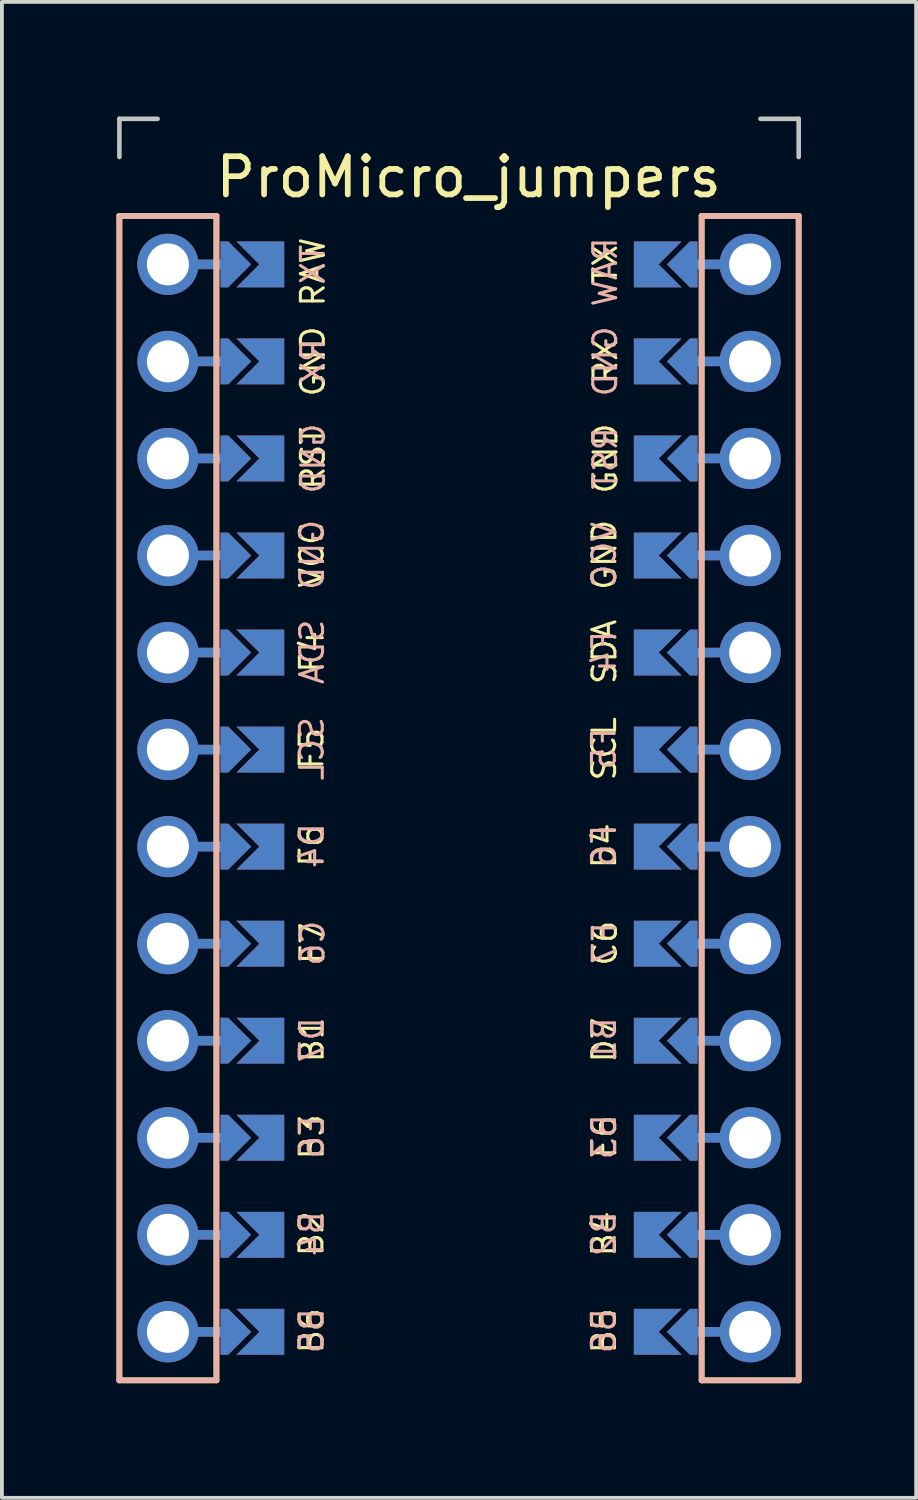
<source format=kicad_pcb>
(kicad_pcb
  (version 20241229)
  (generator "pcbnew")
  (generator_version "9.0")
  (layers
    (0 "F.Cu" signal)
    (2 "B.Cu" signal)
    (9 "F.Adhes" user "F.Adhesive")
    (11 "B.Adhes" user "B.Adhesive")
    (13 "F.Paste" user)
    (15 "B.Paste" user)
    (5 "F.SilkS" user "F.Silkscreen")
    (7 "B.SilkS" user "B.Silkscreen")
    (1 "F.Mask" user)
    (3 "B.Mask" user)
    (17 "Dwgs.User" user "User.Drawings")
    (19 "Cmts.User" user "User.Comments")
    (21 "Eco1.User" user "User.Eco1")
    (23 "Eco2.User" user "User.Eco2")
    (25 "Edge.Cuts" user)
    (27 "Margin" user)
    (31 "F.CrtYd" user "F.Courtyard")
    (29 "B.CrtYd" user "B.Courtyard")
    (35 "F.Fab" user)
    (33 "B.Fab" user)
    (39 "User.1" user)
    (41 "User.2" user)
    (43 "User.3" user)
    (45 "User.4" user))
  (footprint "ProMicro_jumpers"
    (layer "F.Cu")
    (at 8.965 17.84)
    (property "Reference" "ProMicro_jumpers" (at 0.254 -16.256 0) (layer "F.SilkS") (effects (font (size 1 1) (thickness 0.15))))
    (fp_poly (pts (xy -5.08 -14.478) (xy -5.08 -13.462) (xy -6.096 -13.462) (xy -6.096 -14.478)) (stroke (width 0.1) (type solid)) (fill yes) (layer "F.Mask"))
    (fp_poly (pts (xy -5.08 -11.938) (xy -5.08 -10.922) (xy -6.096 -10.922) (xy -6.096 -11.938)) (stroke (width 0.1) (type solid)) (fill yes) (layer "F.Mask"))
    (fp_poly (pts (xy -5.08 -9.398) (xy -5.08 -8.382) (xy -6.096 -8.382) (xy -6.096 -9.398)) (stroke (width 0.1) (type solid)) (fill yes) (layer "F.Mask"))
    (fp_poly (pts (xy -5.08 -6.858) (xy -5.08 -5.842) (xy -6.096 -5.842) (xy -6.096 -6.858)) (stroke (width 0.1) (type solid)) (fill yes) (layer "F.Mask"))
    (fp_poly (pts (xy -5.08 -4.318) (xy -5.08 -3.302) (xy -6.096 -3.302) (xy -6.096 -4.318)) (stroke (width 0.1) (type solid)) (fill yes) (layer "F.Mask"))
    (fp_poly (pts (xy -5.08 -1.778) (xy -5.08 -0.762) (xy -6.096 -0.762) (xy -6.096 -1.778)) (stroke (width 0.1) (type solid)) (fill yes) (layer "F.Mask"))
    (fp_poly (pts (xy -5.08 0.762) (xy -5.08 1.778) (xy -6.096 1.778) (xy -6.096 0.762)) (stroke (width 0.1) (type solid)) (fill yes) (layer "F.Mask"))
    (fp_poly (pts (xy -5.08 3.302) (xy -5.08 4.318) (xy -6.096 4.318) (xy -6.096 3.302)) (stroke (width 0.1) (type solid)) (fill yes) (layer "F.Mask"))
    (fp_poly (pts (xy -5.08 5.842) (xy -5.08 6.858) (xy -6.096 6.858) (xy -6.096 5.842)) (stroke (width 0.1) (type solid)) (fill yes) (layer "F.Mask"))
    (fp_poly (pts (xy -5.08 8.382) (xy -5.08 9.398) (xy -6.096 9.398) (xy -6.096 8.382)) (stroke (width 0.1) (type solid)) (fill yes) (layer "F.Mask"))
    (fp_poly (pts (xy -5.08 10.922) (xy -5.08 11.938) (xy -6.096 11.938) (xy -6.096 10.922)) (stroke (width 0.1) (type solid)) (fill yes) (layer "F.Mask"))
    (fp_poly (pts (xy -5.08 13.462) (xy -5.08 14.478) (xy -6.096 14.478) (xy -6.096 13.462)) (stroke (width 0.1) (type solid)) (fill yes) (layer "F.Mask"))
    (fp_poly (pts (xy 5.08 -13.462) (xy 5.08 -14.478) (xy 6.096 -14.478) (xy 6.096 -13.462)) (stroke (width 0.1) (type solid)) (fill yes) (layer "F.Mask"))
    (fp_poly (pts (xy 5.08 -10.922) (xy 5.08 -11.938) (xy 6.096 -11.938) (xy 6.096 -10.922)) (stroke (width 0.1) (type solid)) (fill yes) (layer "F.Mask"))
    (fp_poly (pts (xy 5.08 -8.382) (xy 5.08 -9.398) (xy 6.096 -9.398) (xy 6.096 -8.382)) (stroke (width 0.1) (type solid)) (fill yes) (layer "F.Mask"))
    (fp_poly (pts (xy 5.08 -5.842) (xy 5.08 -6.858) (xy 6.096 -6.858) (xy 6.096 -5.842)) (stroke (width 0.1) (type solid)) (fill yes) (layer "F.Mask"))
    (fp_poly (pts (xy 5.08 -3.302) (xy 5.08 -4.318) (xy 6.096 -4.318) (xy 6.096 -3.302)) (stroke (width 0.1) (type solid)) (fill yes) (layer "F.Mask"))
    (fp_poly (pts (xy 5.08 -0.762) (xy 5.08 -1.778) (xy 6.096 -1.778) (xy 6.096 -0.762)) (stroke (width 0.1) (type solid)) (fill yes) (layer "F.Mask"))
    (fp_poly (pts (xy 5.08 1.778) (xy 5.08 0.762) (xy 6.096 0.762) (xy 6.096 1.778)) (stroke (width 0.1) (type solid)) (fill yes) (layer "F.Mask"))
    (fp_poly (pts (xy 5.08 4.318) (xy 5.08 3.302) (xy 6.096 3.302) (xy 6.096 4.318)) (stroke (width 0.1) (type solid)) (fill yes) (layer "F.Mask"))
    (fp_poly (pts (xy 5.08 6.858) (xy 5.08 5.842) (xy 6.096 5.842) (xy 6.096 6.858)) (stroke (width 0.1) (type solid)) (fill yes) (layer "F.Mask"))
    (fp_poly (pts (xy 5.08 9.398) (xy 5.08 8.382) (xy 6.096 8.382) (xy 6.096 9.398)) (stroke (width 0.1) (type solid)) (fill yes) (layer "F.Mask"))
    (fp_poly (pts (xy 5.08 11.938) (xy 5.08 10.922) (xy 6.096 10.922) (xy 6.096 11.938)) (stroke (width 0.1) (type solid)) (fill yes) (layer "F.Mask"))
    (fp_poly (pts (xy 5.08 14.478) (xy 5.08 13.462) (xy 6.096 13.462) (xy 6.096 14.478)) (stroke (width 0.1) (type solid)) (fill yes) (layer "F.Mask"))
    (fp_poly (pts (xy -5.08 -14.478) (xy -5.08 -13.462) (xy -6.096 -13.462) (xy -6.096 -14.478)) (stroke (width 0.1) (type solid)) (fill yes) (layer "B.Mask"))
    (fp_poly (pts (xy -5.08 -11.938) (xy -5.08 -10.922) (xy -6.096 -10.922) (xy -6.096 -11.938)) (stroke (width 0.1) (type solid)) (fill yes) (layer "B.Mask"))
    (fp_poly (pts (xy -5.08 -9.398) (xy -5.08 -8.382) (xy -6.096 -8.382) (xy -6.096 -9.398)) (stroke (width 0.1) (type solid)) (fill yes) (layer "B.Mask"))
    (fp_poly (pts (xy -5.08 -6.858) (xy -5.08 -5.842) (xy -6.096 -5.842) (xy -6.096 -6.858)) (stroke (width 0.1) (type solid)) (fill yes) (layer "B.Mask"))
    (fp_poly (pts (xy -5.08 -4.318) (xy -5.08 -3.302) (xy -6.096 -3.302) (xy -6.096 -4.318)) (stroke (width 0.1) (type solid)) (fill yes) (layer "B.Mask"))
    (fp_poly (pts (xy -5.08 -1.778) (xy -5.08 -0.762) (xy -6.096 -0.762) (xy -6.096 -1.778)) (stroke (width 0.1) (type solid)) (fill yes) (layer "B.Mask"))
    (fp_poly (pts (xy -5.08 0.762) (xy -5.08 1.778) (xy -6.096 1.778) (xy -6.096 0.762)) (stroke (width 0.1) (type solid)) (fill yes) (layer "B.Mask"))
    (fp_poly (pts (xy -5.08 3.302) (xy -5.08 4.318) (xy -6.096 4.318) (xy -6.096 3.302)) (stroke (width 0.1) (type solid)) (fill yes) (layer "B.Mask"))
    (fp_poly (pts (xy -5.08 5.842) (xy -5.08 6.858) (xy -6.096 6.858) (xy -6.096 5.842)) (stroke (width 0.1) (type solid)) (fill yes) (layer "B.Mask"))
    (fp_poly (pts (xy -5.08 8.382) (xy -5.08 9.398) (xy -6.096 9.398) (xy -6.096 8.382)) (stroke (width 0.1) (type solid)) (fill yes) (layer "B.Mask"))
    (fp_poly (pts (xy -5.08 10.922) (xy -5.08 11.938) (xy -6.096 11.938) (xy -6.096 10.922)) (stroke (width 0.1) (type solid)) (fill yes) (layer "B.Mask"))
    (fp_poly (pts (xy -5.08 13.462) (xy -5.08 14.478) (xy -6.096 14.478) (xy -6.096 13.462)) (stroke (width 0.1) (type solid)) (fill yes) (layer "B.Mask"))
    (fp_poly (pts (xy 5.08 -13.462) (xy 5.08 -14.478) (xy 6.096 -14.478) (xy 6.096 -13.462)) (stroke (width 0.1) (type solid)) (fill yes) (layer "B.Mask"))
    (fp_poly (pts (xy 5.08 -10.922) (xy 5.08 -11.938) (xy 6.096 -11.938) (xy 6.096 -10.922)) (stroke (width 0.1) (type solid)) (fill yes) (layer "B.Mask"))
    (fp_poly (pts (xy 5.08 -8.382) (xy 5.08 -9.398) (xy 6.096 -9.398) (xy 6.096 -8.382)) (stroke (width 0.1) (type solid)) (fill yes) (layer "B.Mask"))
    (fp_poly (pts (xy 5.08 -5.842) (xy 5.08 -6.858) (xy 6.096 -6.858) (xy 6.096 -5.842)) (stroke (width 0.1) (type solid)) (fill yes) (layer "B.Mask"))
    (fp_poly (pts (xy 5.08 -3.302) (xy 5.08 -4.318) (xy 6.096 -4.318) (xy 6.096 -3.302)) (stroke (width 0.1) (type solid)) (fill yes) (layer "B.Mask"))
    (fp_poly (pts (xy 5.08 -0.762) (xy 5.08 -1.778) (xy 6.096 -1.778) (xy 6.096 -0.762)) (stroke (width 0.1) (type solid)) (fill yes) (layer "B.Mask"))
    (fp_poly (pts (xy 5.08 1.778) (xy 5.08 0.762) (xy 6.096 0.762) (xy 6.096 1.778)) (stroke (width 0.1) (type solid)) (fill yes) (layer "B.Mask"))
    (fp_poly (pts (xy 5.08 4.318) (xy 5.08 3.302) (xy 6.096 3.302) (xy 6.096 4.318)) (stroke (width 0.1) (type solid)) (fill yes) (layer "B.Mask"))
    (fp_poly (pts (xy 5.08 6.858) (xy 5.08 5.842) (xy 6.096 5.842) (xy 6.096 6.858)) (stroke (width 0.1) (type solid)) (fill yes) (layer "B.Mask"))
    (fp_poly (pts (xy 5.08 9.398) (xy 5.08 8.382) (xy 6.096 8.382) (xy 6.096 9.398)) (stroke (width 0.1) (type solid)) (fill yes) (layer "B.Mask"))
    (fp_poly (pts (xy 5.08 11.938) (xy 5.08 10.922) (xy 6.096 10.922) (xy 6.096 11.938)) (stroke (width 0.1) (type solid)) (fill yes) (layer "B.Mask"))
    (fp_poly (pts (xy 5.08 14.478) (xy 5.08 13.462) (xy 6.096 13.462) (xy 6.096 14.478)) (stroke (width 0.1) (type solid)) (fill yes) (layer "B.Mask"))
    (fp_line (start -8.89 -15.24) (end -8.89 15.24) (stroke (width 0.15) (type solid)) (layer "F.SilkS"))
    (fp_line (start -8.89 -15.24) (end -6.35 -15.24) (stroke (width 0.15) (type solid)) (layer "F.SilkS"))
    (fp_line (start -6.35 -15.24) (end -6.35 15.24) (stroke (width 0.15) (type solid)) (layer "F.SilkS"))
    (fp_line (start -6.35 15.24) (end -8.89 15.24) (stroke (width 0.15) (type solid)) (layer "F.SilkS"))
    (fp_line (start 6.35 -15.24) (end 6.35 15.24) (stroke (width 0.15) (type solid)) (layer "F.SilkS"))
    (fp_line (start 6.35 -15.24) (end 8.89 -15.24) (stroke (width 0.15) (type solid)) (layer "F.SilkS"))
    (fp_line (start 6.35 15.24) (end 8.89 15.24) (stroke (width 0.15) (type solid)) (layer "F.SilkS"))
    (fp_line (start 8.89 -15.24) (end 8.89 15.24) (stroke (width 0.15) (type solid)) (layer "F.SilkS"))
    (fp_line (start -8.89 -15.24) (end -8.89 15.24) (stroke (width 0.15) (type solid)) (layer "B.SilkS"))
    (fp_line (start -8.89 -15.24) (end -6.35 -15.24) (stroke (width 0.15) (type solid)) (layer "B.SilkS"))
    (fp_line (start -6.35 -15.24) (end -6.35 15.24) (stroke (width 0.15) (type solid)) (layer "B.SilkS"))
    (fp_line (start -6.35 15.24) (end -8.89 15.24) (stroke (width 0.15) (type solid)) (layer "B.SilkS"))
    (fp_line (start 6.35 -15.24) (end 6.35 15.24) (stroke (width 0.15) (type solid)) (layer "B.SilkS"))
    (fp_line (start 6.35 -15.24) (end 8.89 -15.24) (stroke (width 0.15) (type solid)) (layer "B.SilkS"))
    (fp_line (start 6.35 15.24) (end 8.89 15.24) (stroke (width 0.15) (type solid)) (layer "B.SilkS"))
    (fp_line (start 8.89 -15.24) (end 8.89 15.24) (stroke (width 0.15) (type solid)) (layer "B.SilkS"))
    (fp_line (start -8.89 -17.78) (end -8.89 -16.78) (stroke (width 0.12) (type solid)) (layer "Dwgs.User"))
    (fp_line (start -8.89 -17.78) (end -7.89 -17.78) (stroke (width 0.12) (type solid)) (layer "Dwgs.User"))
    (fp_line (start 8.89 -17.78) (end 7.89 -17.78) (stroke (width 0.12) (type solid)) (layer "Dwgs.User"))
    (fp_line (start 8.89 -17.78) (end 8.89 -16.78) (stroke (width 0.12) (type solid)) (layer "Dwgs.User"))
    (fp_text user "D4" (at 3.799 1.248 90) (layer "F.SilkS") (effects (font (size 0.6 0.6) (thickness 0.08))))
    (fp_text user "B2" (at -3.864 11.402 90) (layer "F.SilkS") (effects (font (size 0.6 0.6) (thickness 0.08))))
    (fp_text user "GND" (at 3.806 -6.367 90) (layer "F.SilkS") (effects (font (size 0.6 0.6) (thickness 0.08))))
    (fp_text user "C6" (at 3.82 3.798 90) (layer "F.SilkS") (effects (font (size 0.6 0.6) (thickness 0.08))))
    (fp_text user "B4" (at 3.795 11.404 90) (layer "F.SilkS") (effects (font (size 0.6 0.6) (thickness 0.08))))
    (fp_text user "RX" (at 3.833 -11.428 90) (layer "F.SilkS") (effects (font (size 0.6 0.6) (thickness 0.08))))
    (fp_text user "VCC" (at -3.853 -6.369 90) (layer "F.SilkS") (effects (font (size 0.6 0.6) (thickness 0.08))))
    (fp_text user "GND" (at 3.833 -8.888 90) (layer "F.SilkS") (effects (font (size 0.6 0.6) (thickness 0.08))))
    (fp_text user "B6" (at -3.864 13.942 90) (layer "F.SilkS") (effects (font (size 0.6 0.6) (thickness 0.08))))
    (fp_text user "RAW" (at -3.826 -13.77 90) (layer "F.SilkS") (effects (font (size 0.6 0.6) (thickness 0.08))))
    (fp_text user "RST" (at -3.826 -8.89 90) (layer "F.SilkS") (effects (font (size 0.6 0.6) (thickness 0.08))))
    (fp_text user "F6" (at -3.86 1.246 90) (layer "F.SilkS") (effects (font (size 0.6 0.6) (thickness 0.08))))
    (fp_text user "TX" (at 3.826 -13.97 90) (layer "F.SilkS") (effects (font (size 0.6 0.6) (thickness 0.08))))
    (fp_text user "B3" (at -3.857 8.867 90) (layer "F.SilkS") (effects (font (size 0.6 0.6) (thickness 0.08))))
    (fp_text user "F4" (at -3.853 -3.829 90) (layer "F.SilkS") (effects (font (size 0.6 0.6) (thickness 0.08))))
    (fp_text user "E6" (at 3.802 8.869 90) (layer "F.SilkS") (effects (font (size 0.6 0.6) (thickness 0.08))))
    (fp_text user "B1" (at -3.857 6.327 90) (layer "F.SilkS") (effects (font (size 0.6 0.6) (thickness 0.08))))
    (fp_text user "F5" (at -3.86 -1.294 90) (layer "F.SilkS") (effects (font (size 0.6 0.6) (thickness 0.08))))
    (fp_text user "F7" (at -3.839 3.797 90) (layer "F.SilkS") (effects (font (size 0.6 0.6) (thickness 0.08))))
    (fp_text user "D7" (at 3.802 6.329 90) (layer "F.SilkS") (effects (font (size 0.6 0.6) (thickness 0.08))))
    (fp_text user "SDA" (at 3.806 -3.827 90) (layer "F.SilkS") (effects (font (size 0.6 0.6) (thickness 0.08))))
    (fp_text user "GND" (at -3.826 -11.43 90) (layer "F.SilkS") (effects (font (size 0.6 0.6) (thickness 0.08))))
    (fp_text user "SCL" (at 3.799 -1.292 90) (layer "F.SilkS") (effects (font (size 0.6 0.6) (thickness 0.08))))
    (fp_text user "B5" (at 3.795 13.944 90) (layer "F.SilkS") (effects (font (size 0.6 0.6) (thickness 0.08))))
    (fp_text user "F4" (at 3.799 -3.829 90) (layer "B.SilkS") (effects (font (size 0.6 0.6) (thickness 0.08)) (justify mirror)))
    (fp_text user "D7" (at -3.85 6.329 90) (layer "B.SilkS") (effects (font (size 0.6 0.6) (thickness 0.08)) (justify mirror)))
    (fp_text user "B5" (at -3.857 13.944 90) (layer "B.SilkS") (effects (font (size 0.6 0.6) (thickness 0.08)) (justify mirror)))
    (fp_text user "GND" (at -3.846 -6.367 90) (layer "B.SilkS") (effects (font (size 0.6 0.6) (thickness 0.08)) (justify mirror)))
    (fp_text user "F5" (at 3.792 -1.294 90) (layer "B.SilkS") (effects (font (size 0.6 0.6) (thickness 0.08)) (justify mirror)))
    (fp_text user "E6" (at -3.85 8.869 90) (layer "B.SilkS") (effects (font (size 0.6 0.6) (thickness 0.08)) (justify mirror)))
    (fp_text user "B2" (at 3.788 11.402 90) (layer "B.SilkS") (effects (font (size 0.6 0.6) (thickness 0.08)) (justify mirror)))
    (fp_text user "SCL" (at -3.853 -1.292 90) (layer "B.SilkS") (effects (font (size 0.6 0.6) (thickness 0.08)) (justify mirror)))
    (fp_text user "B1" (at 3.795 6.327 90) (layer "B.SilkS") (effects (font (size 0.6 0.6) (thickness 0.08)) (justify mirror)))
    (fp_text user "B6" (at 3.788 13.942 90) (layer "B.SilkS") (effects (font (size 0.6 0.6) (thickness 0.08)) (justify mirror)))
    (fp_text user "RST" (at 3.826 -8.89 90) (layer "B.SilkS") (effects (font (size 0.6 0.6) (thickness 0.08)) (justify mirror)))
    (fp_text user "B3" (at 3.795 8.867 90) (layer "B.SilkS") (effects (font (size 0.6 0.6) (thickness 0.08)) (justify mirror)))
    (fp_text user "D4" (at -3.853 1.248 90) (layer "B.SilkS") (effects (font (size 0.6 0.6) (thickness 0.08)) (justify mirror)))
    (fp_text user "TX" (at -3.826 -13.97 90) (layer "B.SilkS") (effects (font (size 0.6 0.6) (thickness 0.08)) (justify mirror)))
    (fp_text user "VCC" (at 3.799 -6.369 90) (layer "B.SilkS") (effects (font (size 0.6 0.6) (thickness 0.08)) (justify mirror)))
    (fp_text user "C6" (at -3.832 3.798 90) (layer "B.SilkS") (effects (font (size 0.6 0.6) (thickness 0.08)) (justify mirror)))
    (fp_text user "SDA" (at -3.846 -3.827 90) (layer "B.SilkS") (effects (font (size 0.6 0.6) (thickness 0.08)) (justify mirror)))
    (fp_text user "GND" (at 3.826 -11.43 90) (layer "B.SilkS") (effects (font (size 0.6 0.6) (thickness 0.08)) (justify mirror)))
    (fp_text user "F6" (at 3.792 1.246 90) (layer "B.SilkS") (effects (font (size 0.6 0.6) (thickness 0.08)) (justify mirror)))
    (fp_text user "B4" (at -3.857 11.404 90) (layer "B.SilkS") (effects (font (size 0.6 0.6) (thickness 0.08)) (justify mirror)))
    (fp_text user "RAW" (at 3.826 -13.77 90) (layer "B.SilkS") (effects (font (size 0.6 0.6) (thickness 0.08)) (justify mirror)))
    (fp_text user "RX" (at -3.819 -11.428 90) (layer "B.SilkS") (effects (font (size 0.6 0.6) (thickness 0.08)) (justify mirror)))
    (fp_text user "GND" (at -3.819 -8.888 90) (layer "B.SilkS") (effects (font (size 0.6 0.6) (thickness 0.08)) (justify mirror)))
    (fp_text user "F7" (at 3.813 3.797 90) (layer "B.SilkS") (effects (font (size 0.6 0.6) (thickness 0.08)) (justify mirror)))
    (pad "" thru_hole circle (at -7.62 -13.97 270) (size 1.6 1.6) (drill 1.1) (layers "*.Cu" "*.Mask"))
    (pad "" thru_hole circle (at -7.62 -11.43 270) (size 1.6 1.6) (drill 1.1) (layers "*.Cu" "*.Mask"))
    (pad "" thru_hole circle (at -7.62 -8.89 270) (size 1.6 1.6) (drill 1.1) (layers "*.Cu" "*.Mask"))
    (pad "" thru_hole circle (at -7.62 -6.35 270) (size 1.6 1.6) (drill 1.1) (layers "*.Cu" "*.Mask"))
    (pad "" thru_hole circle (at -7.62 -3.81 270) (size 1.6 1.6) (drill 1.1) (layers "*.Cu" "*.Mask"))
    (pad "" thru_hole circle (at -7.62 -1.27 270) (size 1.6 1.6) (drill 1.1) (layers "*.Cu" "*.Mask"))
    (pad "" thru_hole circle (at -7.62 1.27 270) (size 1.6 1.6) (drill 1.1) (layers "*.Cu" "*.Mask"))
    (pad "" thru_hole circle (at -7.62 3.81 270) (size 1.6 1.6) (drill 1.1) (layers "*.Cu" "*.Mask"))
    (pad "" thru_hole circle (at -7.62 6.35 270) (size 1.6 1.6) (drill 1.1) (layers "*.Cu" "*.Mask"))
    (pad "" thru_hole circle (at -7.62 8.89 270) (size 1.6 1.6) (drill 1.1) (layers "*.Cu" "*.Mask"))
    (pad "" thru_hole circle (at -7.62 11.43 270) (size 1.6 1.6) (drill 1.1) (layers "*.Cu" "*.Mask"))
    (pad "" thru_hole circle (at -7.62 13.97 270) (size 1.6 1.6) (drill 1.1) (layers "*.Cu" "*.Mask"))
    (pad "" smd custom (at -6.35 -13.97 90) (size 0.25 1) (layers "F.Cu") (options (anchor rect)) (primitives))
    (pad "" smd custom (at -6.35 -13.97 90) (size 0.25 1) (layers "B.Cu") (options (anchor rect)) (primitives))
    (pad "" smd custom (at -6.35 -11.43 90) (size 0.25 1) (layers "F.Cu") (options (anchor rect)) (primitives))
    (pad "" smd custom (at -6.35 -11.43 90) (size 0.25 1) (layers "B.Cu") (options (anchor rect)) (primitives))
    (pad "" smd custom (at -6.35 -8.89 90) (size 0.25 1) (layers "F.Cu") (options (anchor rect)) (primitives))
    (pad "" smd custom (at -6.35 -8.89 90) (size 0.25 1) (layers "B.Cu") (options (anchor rect)) (primitives))
    (pad "" smd custom (at -6.35 -6.35 90) (size 0.25 1) (layers "F.Cu") (options (anchor rect)) (primitives))
    (pad "" smd custom (at -6.35 -6.35 90) (size 0.25 1) (layers "B.Cu") (options (anchor rect)) (primitives))
    (pad "" smd custom (at -6.35 -3.81 90) (size 0.25 1) (layers "F.Cu") (options (anchor rect)) (primitives))
    (pad "" smd custom (at -6.35 -3.81 90) (size 0.25 1) (layers "B.Cu") (options (anchor rect)) (primitives))
    (pad "" smd custom (at -6.35 -1.27 90) (size 0.25 1) (layers "F.Cu") (options (anchor rect)) (primitives))
    (pad "" smd custom (at -6.35 -1.27 90) (size 0.25 1) (layers "B.Cu") (options (anchor rect)) (primitives))
    (pad "" smd custom (at -6.35 1.27 90) (size 0.25 1) (layers "F.Cu") (options (anchor rect)) (primitives))
    (pad "" smd custom (at -6.35 1.27 90) (size 0.25 1) (layers "B.Cu") (options (anchor rect)) (primitives))
    (pad "" smd custom (at -6.35 3.81 90) (size 0.25 1) (layers "F.Cu") (options (anchor rect)) (primitives))
    (pad "" smd custom (at -6.35 3.81 90) (size 0.25 1) (layers "B.Cu") (options (anchor rect)) (primitives))
    (pad "" smd custom (at -6.35 6.35 90) (size 0.25 1) (layers "F.Cu") (options (anchor rect)) (primitives))
    (pad "" smd custom (at -6.35 6.35 90) (size 0.25 1) (layers "B.Cu") (options (anchor rect)) (primitives))
    (pad "" smd custom (at -6.35 8.89 90) (size 0.25 1) (layers "F.Cu") (options (anchor rect)) (primitives))
    (pad "" smd custom (at -6.35 8.89 90) (size 0.25 1) (layers "B.Cu") (options (anchor rect)) (primitives))
    (pad "" smd custom (at -6.35 11.43 90) (size 0.25 1) (layers "F.Cu") (options (anchor rect)) (primitives))
    (pad "" smd custom (at -6.35 11.43 90) (size 0.25 1) (layers "B.Cu") (options (anchor rect)) (primitives))
    (pad "" smd custom (at -6.35 13.97 90) (size 0.25 1) (layers "F.Cu") (options (anchor rect)) (primitives))
    (pad "" smd custom (at -6.35 13.97 90) (size 0.25 1) (layers "B.Cu") (options (anchor rect)) (primitives))
    (pad "" smd custom (at -5.842 -13.97 90) (size 0.1 0.1) (layers "F.Cu" "F.Mask") (options (anchor rect)) (primitives (gr_poly (pts (xy 0.6 -0.2) (xy 0 0.4) (xy -0.6 -0.2) (xy -0.6 -0.4) (xy 0.6 -0.4)) (width 0) (fill yes))))
    (pad "" smd custom (at -5.842 -13.97 90) (size 0.1 0.1) (layers "B.Cu" "B.Mask") (options (anchor rect)) (primitives (gr_poly (pts (xy 0.6 -0.2) (xy 0 0.4) (xy -0.6 -0.2) (xy -0.6 -0.4) (xy 0.6 -0.4)) (width 0) (fill yes))))
    (pad "" smd custom (at -5.842 -11.43 90) (size 0.1 0.1) (layers "F.Cu" "F.Mask") (options (anchor rect)) (primitives (gr_poly (pts (xy 0.6 -0.2) (xy 0 0.4) (xy -0.6 -0.2) (xy -0.6 -0.4) (xy 0.6 -0.4)) (width 0) (fill yes))))
    (pad "" smd custom (at -5.842 -11.43 90) (size 0.1 0.1) (layers "B.Cu" "B.Mask") (options (anchor rect)) (primitives (gr_poly (pts (xy 0.6 -0.2) (xy 0 0.4) (xy -0.6 -0.2) (xy -0.6 -0.4) (xy 0.6 -0.4)) (width 0) (fill yes))))
    (pad "" smd custom (at -5.842 -8.89 90) (size 0.1 0.1) (layers "F.Cu" "F.Mask") (options (anchor rect)) (primitives (gr_poly (pts (xy 0.6 -0.2) (xy 0 0.4) (xy -0.6 -0.2) (xy -0.6 -0.4) (xy 0.6 -0.4)) (width 0) (fill yes))))
    (pad "" smd custom (at -5.842 -8.89 90) (size 0.1 0.1) (layers "B.Cu" "B.Mask") (options (anchor rect)) (primitives (gr_poly (pts (xy 0.6 -0.2) (xy 0 0.4) (xy -0.6 -0.2) (xy -0.6 -0.4) (xy 0.6 -0.4)) (width 0) (fill yes))))
    (pad "" smd custom (at -5.842 -6.35 90) (size 0.1 0.1) (layers "F.Cu" "F.Mask") (options (anchor rect)) (primitives (gr_poly (pts (xy 0.6 -0.2) (xy 0 0.4) (xy -0.6 -0.2) (xy -0.6 -0.4) (xy 0.6 -0.4)) (width 0) (fill yes))))
    (pad "" smd custom (at -5.842 -6.35 90) (size 0.1 0.1) (layers "B.Cu" "B.Mask") (options (anchor rect)) (primitives (gr_poly (pts (xy 0.6 -0.2) (xy 0 0.4) (xy -0.6 -0.2) (xy -0.6 -0.4) (xy 0.6 -0.4)) (width 0) (fill yes))))
    (pad "" smd custom (at -5.842 -3.81 90) (size 0.1 0.1) (layers "F.Cu" "F.Mask") (options (anchor rect)) (primitives (gr_poly (pts (xy 0.6 -0.2) (xy 0 0.4) (xy -0.6 -0.2) (xy -0.6 -0.4) (xy 0.6 -0.4)) (width 0) (fill yes))))
    (pad "" smd custom (at -5.842 -3.81 90) (size 0.1 0.1) (layers "B.Cu" "B.Mask") (options (anchor rect)) (primitives (gr_poly (pts (xy 0.6 -0.2) (xy 0 0.4) (xy -0.6 -0.2) (xy -0.6 -0.4) (xy 0.6 -0.4)) (width 0) (fill yes))))
    (pad "" smd custom (at -5.842 -1.27 90) (size 0.1 0.1) (layers "F.Cu" "F.Mask") (options (anchor rect)) (primitives (gr_poly (pts (xy 0.6 -0.2) (xy 0 0.4) (xy -0.6 -0.2) (xy -0.6 -0.4) (xy 0.6 -0.4)) (width 0) (fill yes))))
    (pad "" smd custom (at -5.842 -1.27 90) (size 0.1 0.1) (layers "B.Cu" "B.Mask") (options (anchor rect)) (primitives (gr_poly (pts (xy 0.6 -0.2) (xy 0 0.4) (xy -0.6 -0.2) (xy -0.6 -0.4) (xy 0.6 -0.4)) (width 0) (fill yes))))
    (pad "" smd custom (at -5.842 1.27 90) (size 0.1 0.1) (layers "F.Cu" "F.Mask") (options (anchor rect)) (primitives (gr_poly (pts (xy 0.6 -0.2) (xy 0 0.4) (xy -0.6 -0.2) (xy -0.6 -0.4) (xy 0.6 -0.4)) (width 0) (fill yes))))
    (pad "" smd custom (at -5.842 1.27 90) (size 0.1 0.1) (layers "B.Cu" "B.Mask") (options (anchor rect)) (primitives (gr_poly (pts (xy 0.6 -0.2) (xy 0 0.4) (xy -0.6 -0.2) (xy -0.6 -0.4) (xy 0.6 -0.4)) (width 0) (fill yes))))
    (pad "" smd custom (at -5.842 3.81 90) (size 0.1 0.1) (layers "F.Cu" "F.Mask") (options (anchor rect)) (primitives (gr_poly (pts (xy 0.6 -0.2) (xy 0 0.4) (xy -0.6 -0.2) (xy -0.6 -0.4) (xy 0.6 -0.4)) (width 0) (fill yes))))
    (pad "" smd custom (at -5.842 3.81 90) (size 0.1 0.1) (layers "B.Cu" "B.Mask") (options (anchor rect)) (primitives (gr_poly (pts (xy 0.6 -0.2) (xy 0 0.4) (xy -0.6 -0.2) (xy -0.6 -0.4) (xy 0.6 -0.4)) (width 0) (fill yes))))
    (pad "" smd custom (at -5.842 6.35 90) (size 0.1 0.1) (layers "F.Cu" "F.Mask") (options (anchor rect)) (primitives (gr_poly (pts (xy 0.6 -0.2) (xy 0 0.4) (xy -0.6 -0.2) (xy -0.6 -0.4) (xy 0.6 -0.4)) (width 0) (fill yes))))
    (pad "" smd custom (at -5.842 6.35 90) (size 0.1 0.1) (layers "B.Cu" "B.Mask") (options (anchor rect)) (primitives (gr_poly (pts (xy 0.6 -0.2) (xy 0 0.4) (xy -0.6 -0.2) (xy -0.6 -0.4) (xy 0.6 -0.4)) (width 0) (fill yes))))
    (pad "" smd custom (at -5.842 8.89 90) (size 0.1 0.1) (layers "F.Cu" "F.Mask") (options (anchor rect)) (primitives (gr_poly (pts (xy 0.6 -0.2) (xy 0 0.4) (xy -0.6 -0.2) (xy -0.6 -0.4) (xy 0.6 -0.4)) (width 0) (fill yes))))
    (pad "" smd custom (at -5.842 8.89 90) (size 0.1 0.1) (layers "B.Cu" "B.Mask") (options (anchor rect)) (primitives (gr_poly (pts (xy 0.6 -0.2) (xy 0 0.4) (xy -0.6 -0.2) (xy -0.6 -0.4) (xy 0.6 -0.4)) (width 0) (fill yes))))
    (pad "" smd custom (at -5.842 11.43 90) (size 0.1 0.1) (layers "F.Cu" "F.Mask") (options (anchor rect)) (primitives (gr_poly (pts (xy 0.6 -0.2) (xy 0 0.4) (xy -0.6 -0.2) (xy -0.6 -0.4) (xy 0.6 -0.4)) (width 0) (fill yes))))
    (pad "" smd custom (at -5.842 11.43 90) (size 0.1 0.1) (layers "B.Cu" "B.Mask") (options (anchor rect)) (primitives (gr_poly (pts (xy 0.6 -0.2) (xy 0 0.4) (xy -0.6 -0.2) (xy -0.6 -0.4) (xy 0.6 -0.4)) (width 0) (fill yes))))
    (pad "" smd custom (at -5.842 13.97 90) (size 0.1 0.1) (layers "F.Cu" "F.Mask") (options (anchor rect)) (primitives (gr_poly (pts (xy 0.6 -0.2) (xy 0 0.4) (xy -0.6 -0.2) (xy -0.6 -0.4) (xy 0.6 -0.4)) (width 0) (fill yes))))
    (pad "" smd custom (at -5.842 13.97 90) (size 0.1 0.1) (layers "B.Cu" "B.Mask") (options (anchor rect)) (primitives (gr_poly (pts (xy 0.6 -0.2) (xy 0 0.4) (xy -0.6 -0.2) (xy -0.6 -0.4) (xy 0.6 -0.4)) (width 0) (fill yes))))
    (pad "" smd custom (at 5.842 -13.97 270) (size 0.1 0.1) (layers "F.Cu" "F.Mask") (options (anchor rect)) (primitives (gr_poly (pts (xy 0.6 -0.2) (xy 0 0.4) (xy -0.6 -0.2) (xy -0.6 -0.4) (xy 0.6 -0.4)) (width 0) (fill yes))))
    (pad "" smd custom (at 5.842 -13.97 270) (size 0.1 0.1) (layers "B.Cu" "B.Mask") (options (anchor rect)) (primitives (gr_poly (pts (xy 0.6 -0.2) (xy 0 0.4) (xy -0.6 -0.2) (xy -0.6 -0.4) (xy 0.6 -0.4)) (width 0) (fill yes))))
    (pad "" smd custom (at 5.842 -11.43 270) (size 0.1 0.1) (layers "F.Cu" "F.Mask") (options (anchor rect)) (primitives (gr_poly (pts (xy 0.6 -0.2) (xy 0 0.4) (xy -0.6 -0.2) (xy -0.6 -0.4) (xy 0.6 -0.4)) (width 0) (fill yes))))
    (pad "" smd custom (at 5.842 -11.43 270) (size 0.1 0.1) (layers "B.Cu" "B.Mask") (options (anchor rect)) (primitives (gr_poly (pts (xy 0.6 -0.2) (xy 0 0.4) (xy -0.6 -0.2) (xy -0.6 -0.4) (xy 0.6 -0.4)) (width 0) (fill yes))))
    (pad "" smd custom (at 5.842 -8.89 270) (size 0.1 0.1) (layers "F.Cu" "F.Mask") (options (anchor rect)) (primitives (gr_poly (pts (xy 0.6 -0.2) (xy 0 0.4) (xy -0.6 -0.2) (xy -0.6 -0.4) (xy 0.6 -0.4)) (width 0) (fill yes))))
    (pad "" smd custom (at 5.842 -8.89 270) (size 0.1 0.1) (layers "B.Cu" "B.Mask") (options (anchor rect)) (primitives (gr_poly (pts (xy 0.6 -0.2) (xy 0 0.4) (xy -0.6 -0.2) (xy -0.6 -0.4) (xy 0.6 -0.4)) (width 0) (fill yes))))
    (pad "" smd custom (at 5.842 -6.35 270) (size 0.1 0.1) (layers "F.Cu" "F.Mask") (options (anchor rect)) (primitives (gr_poly (pts (xy 0.6 -0.2) (xy 0 0.4) (xy -0.6 -0.2) (xy -0.6 -0.4) (xy 0.6 -0.4)) (width 0) (fill yes))))
    (pad "" smd custom (at 5.842 -6.35 270) (size 0.1 0.1) (layers "B.Cu" "B.Mask") (options (anchor rect)) (primitives (gr_poly (pts (xy 0.6 -0.2) (xy 0 0.4) (xy -0.6 -0.2) (xy -0.6 -0.4) (xy 0.6 -0.4)) (width 0) (fill yes))))
    (pad "" smd custom (at 5.842 -3.81 270) (size 0.1 0.1) (layers "F.Cu" "F.Mask") (options (anchor rect)) (primitives (gr_poly (pts (xy 0.6 -0.2) (xy 0 0.4) (xy -0.6 -0.2) (xy -0.6 -0.4) (xy 0.6 -0.4)) (width 0) (fill yes))))
    (pad "" smd custom (at 5.842 -3.81 270) (size 0.1 0.1) (layers "B.Cu" "B.Mask") (options (anchor rect)) (primitives (gr_poly (pts (xy 0.6 -0.2) (xy 0 0.4) (xy -0.6 -0.2) (xy -0.6 -0.4) (xy 0.6 -0.4)) (width 0) (fill yes))))
    (pad "" smd custom (at 5.842 -1.27 270) (size 0.1 0.1) (layers "F.Cu" "F.Mask") (options (anchor rect)) (primitives (gr_poly (pts (xy 0.6 -0.2) (xy 0 0.4) (xy -0.6 -0.2) (xy -0.6 -0.4) (xy 0.6 -0.4)) (width 0) (fill yes))))
    (pad "" smd custom (at 5.842 -1.27 270) (size 0.1 0.1) (layers "B.Cu" "B.Mask") (options (anchor rect)) (primitives (gr_poly (pts (xy 0.6 -0.2) (xy 0 0.4) (xy -0.6 -0.2) (xy -0.6 -0.4) (xy 0.6 -0.4)) (width 0) (fill yes))))
    (pad "" smd custom (at 5.842 1.27 270) (size 0.1 0.1) (layers "F.Cu" "F.Mask") (options (anchor rect)) (primitives (gr_poly (pts (xy 0.6 -0.2) (xy 0 0.4) (xy -0.6 -0.2) (xy -0.6 -0.4) (xy 0.6 -0.4)) (width 0) (fill yes))))
    (pad "" smd custom (at 5.842 1.27 270) (size 0.1 0.1) (layers "B.Cu" "B.Mask") (options (anchor rect)) (primitives (gr_poly (pts (xy 0.6 -0.2) (xy 0 0.4) (xy -0.6 -0.2) (xy -0.6 -0.4) (xy 0.6 -0.4)) (width 0) (fill yes))))
    (pad "" smd custom (at 5.842 3.81 270) (size 0.1 0.1) (layers "F.Cu" "F.Mask") (options (anchor rect)) (primitives (gr_poly (pts (xy 0.6 -0.2) (xy 0 0.4) (xy -0.6 -0.2) (xy -0.6 -0.4) (xy 0.6 -0.4)) (width 0) (fill yes))))
    (pad "" smd custom (at 5.842 3.81 270) (size 0.1 0.1) (layers "B.Cu" "B.Mask") (options (anchor rect)) (primitives (gr_poly (pts (xy 0.6 -0.2) (xy 0 0.4) (xy -0.6 -0.2) (xy -0.6 -0.4) (xy 0.6 -0.4)) (width 0) (fill yes))))
    (pad "" smd custom (at 5.842 6.35 270) (size 0.1 0.1) (layers "F.Cu" "F.Mask") (options (anchor rect)) (primitives (gr_poly (pts (xy 0.6 -0.2) (xy 0 0.4) (xy -0.6 -0.2) (xy -0.6 -0.4) (xy 0.6 -0.4)) (width 0) (fill yes))))
    (pad "" smd custom (at 5.842 6.35 270) (size 0.1 0.1) (layers "B.Cu" "B.Mask") (options (anchor rect)) (primitives (gr_poly (pts (xy 0.6 -0.2) (xy 0 0.4) (xy -0.6 -0.2) (xy -0.6 -0.4) (xy 0.6 -0.4)) (width 0) (fill yes))))
    (pad "" smd custom (at 5.842 8.89 270) (size 0.1 0.1) (layers "F.Cu" "F.Mask") (options (anchor rect)) (primitives (gr_poly (pts (xy 0.6 -0.2) (xy 0 0.4) (xy -0.6 -0.2) (xy -0.6 -0.4) (xy 0.6 -0.4)) (width 0) (fill yes))))
    (pad "" smd custom (at 5.842 8.89 270) (size 0.1 0.1) (layers "B.Cu" "B.Mask") (options (anchor rect)) (primitives (gr_poly (pts (xy 0.6 -0.2) (xy 0 0.4) (xy -0.6 -0.2) (xy -0.6 -0.4) (xy 0.6 -0.4)) (width 0) (fill yes))))
    (pad "" smd custom (at 5.842 11.43 270) (size 0.1 0.1) (layers "F.Cu" "F.Mask") (options (anchor rect)) (primitives (gr_poly (pts (xy 0.6 -0.2) (xy 0 0.4) (xy -0.6 -0.2) (xy -0.6 -0.4) (xy 0.6 -0.4)) (width 0) (fill yes))))
    (pad "" smd custom (at 5.842 11.43 270) (size 0.1 0.1) (layers "B.Cu" "B.Mask") (options (anchor rect)) (primitives (gr_poly (pts (xy 0.6 -0.2) (xy 0 0.4) (xy -0.6 -0.2) (xy -0.6 -0.4) (xy 0.6 -0.4)) (width 0) (fill yes))))
    (pad "" smd custom (at 5.842 13.97 270) (size 0.1 0.1) (layers "F.Cu" "F.Mask") (options (anchor rect)) (primitives (gr_poly (pts (xy 0.6 -0.2) (xy 0 0.4) (xy -0.6 -0.2) (xy -0.6 -0.4) (xy 0.6 -0.4)) (width 0) (fill yes))))
    (pad "" smd custom (at 5.842 13.97 270) (size 0.1 0.1) (layers "B.Cu" "B.Mask") (options (anchor rect)) (primitives (gr_poly (pts (xy 0.6 -0.2) (xy 0 0.4) (xy -0.6 -0.2) (xy -0.6 -0.4) (xy 0.6 -0.4)) (width 0) (fill yes))))
    (pad "" smd custom (at 6.35 -13.97 270) (size 0.25 1) (layers "F.Cu") (options (anchor rect)) (primitives))
    (pad "" smd custom (at 6.35 -13.97 270) (size 0.25 1) (layers "B.Cu") (options (anchor rect)) (primitives))
    (pad "" smd custom (at 6.35 -11.43 270) (size 0.25 1) (layers "F.Cu") (options (anchor rect)) (primitives))
    (pad "" smd custom (at 6.35 -11.43 270) (size 0.25 1) (layers "B.Cu") (options (anchor rect)) (primitives))
    (pad "" smd custom (at 6.35 -8.89 270) (size 0.25 1) (layers "F.Cu") (options (anchor rect)) (primitives))
    (pad "" smd custom (at 6.35 -8.89 270) (size 0.25 1) (layers "B.Cu") (options (anchor rect)) (primitives))
    (pad "" smd custom (at 6.35 -6.35 270) (size 0.25 1) (layers "F.Cu") (options (anchor rect)) (primitives))
    (pad "" smd custom (at 6.35 -6.35 270) (size 0.25 1) (layers "B.Cu") (options (anchor rect)) (primitives))
    (pad "" smd custom (at 6.35 -3.81 270) (size 0.25 1) (layers "F.Cu") (options (anchor rect)) (primitives))
    (pad "" smd custom (at 6.35 -3.81 270) (size 0.25 1) (layers "B.Cu") (options (anchor rect)) (primitives))
    (pad "" smd custom (at 6.35 -1.27 270) (size 0.25 1) (layers "F.Cu") (options (anchor rect)) (primitives))
    (pad "" smd custom (at 6.35 -1.27 270) (size 0.25 1) (layers "B.Cu") (options (anchor rect)) (primitives))
    (pad "" smd custom (at 6.35 1.27 270) (size 0.25 1) (layers "F.Cu") (options (anchor rect)) (primitives))
    (pad "" smd custom (at 6.35 1.27 270) (size 0.25 1) (layers "B.Cu") (options (anchor rect)) (primitives))
    (pad "" smd custom (at 6.35 3.81 270) (size 0.25 1) (layers "F.Cu") (options (anchor rect)) (primitives))
    (pad "" smd custom (at 6.35 3.81 270) (size 0.25 1) (layers "B.Cu") (options (anchor rect)) (primitives))
    (pad "" smd custom (at 6.35 6.35 270) (size 0.25 1) (layers "F.Cu") (options (anchor rect)) (primitives))
    (pad "" smd custom (at 6.35 6.35 270) (size 0.25 1) (layers "B.Cu") (options (anchor rect)) (primitives))
    (pad "" smd custom (at 6.35 8.89 270) (size 0.25 1) (layers "F.Cu") (options (anchor rect)) (primitives))
    (pad "" smd custom (at 6.35 8.89 270) (size 0.25 1) (layers "B.Cu") (options (anchor rect)) (primitives))
    (pad "" smd custom (at 6.35 11.43 270) (size 0.25 1) (layers "F.Cu") (options (anchor rect)) (primitives))
    (pad "" smd custom (at 6.35 11.43 270) (size 0.25 1) (layers "B.Cu") (options (anchor rect)) (primitives))
    (pad "" smd custom (at 6.35 13.97 270) (size 0.25 1) (layers "F.Cu") (options (anchor rect)) (primitives))
    (pad "" smd custom (at 6.35 13.97 270) (size 0.25 1) (layers "B.Cu") (options (anchor rect)) (primitives))
    (pad "" thru_hole circle (at 7.62 -13.97 270) (size 1.6 1.6) (drill 1.1) (layers "*.Cu" "*.Mask"))
    (pad "" thru_hole circle (at 7.62 -11.43 270) (size 1.6 1.6) (drill 1.1) (layers "*.Cu" "*.Mask"))
    (pad "" thru_hole circle (at 7.62 -8.89 270) (size 1.6 1.6) (drill 1.1) (layers "*.Cu" "*.Mask"))
    (pad "" thru_hole circle (at 7.62 -6.35 270) (size 1.6 1.6) (drill 1.1) (layers "*.Cu" "*.Mask"))
    (pad "" thru_hole circle (at 7.62 -3.81 270) (size 1.6 1.6) (drill 1.1) (layers "*.Cu" "*.Mask"))
    (pad "" thru_hole circle (at 7.62 -1.27 270) (size 1.6 1.6) (drill 1.1) (layers "*.Cu" "*.Mask"))
    (pad "" thru_hole circle (at 7.62 1.27 270) (size 1.6 1.6) (drill 1.1) (layers "*.Cu" "*.Mask"))
    (pad "" thru_hole circle (at 7.62 3.81 270) (size 1.6 1.6) (drill 1.1) (layers "*.Cu" "*.Mask"))
    (pad "" thru_hole circle (at 7.62 6.35 270) (size 1.6 1.6) (drill 1.1) (layers "*.Cu" "*.Mask"))
    (pad "" thru_hole circle (at 7.62 8.89 270) (size 1.6 1.6) (drill 1.1) (layers "*.Cu" "*.Mask"))
    (pad "" thru_hole circle (at 7.62 11.43 270) (size 1.6 1.6) (drill 1.1) (layers "*.Cu" "*.Mask"))
    (pad "" thru_hole circle (at 7.62 13.97 270) (size 1.6 1.6) (drill 1.1) (layers "*.Cu" "*.Mask"))
    (pad "1" smd custom (at -4.826 -13.97 90) (size 1.2 0.5) (layers "B.Cu" "B.Mask") (options (anchor rect)) (primitives (gr_poly (pts (xy 0.6 0) (xy -0.6 0) (xy -0.6 -1) (xy 0 -0.4) (xy 0.6 -1)) (width 0) (fill yes))))
    (pad "1" smd custom (at 4.826 -13.97 270) (size 1.2 0.5) (layers "F.Cu" "F.Mask") (options (anchor rect)) (primitives (gr_poly (pts (xy 0.6 0) (xy -0.6 0) (xy -0.6 -1) (xy 0 -0.4) (xy 0.6 -1)) (width 0) (fill yes))))
    (pad "2" smd custom (at -4.826 -11.43 90) (size 1.2 0.5) (layers "B.Cu" "B.Mask") (options (anchor rect)) (primitives (gr_poly (pts (xy 0.6 0) (xy -0.6 0) (xy -0.6 -1) (xy 0 -0.4) (xy 0.6 -1)) (width 0) (fill yes))))
    (pad "2" smd custom (at 4.826 -11.43 270) (size 1.2 0.5) (layers "F.Cu" "F.Mask") (options (anchor rect)) (primitives (gr_poly (pts (xy 0.6 0) (xy -0.6 0) (xy -0.6 -1) (xy 0 -0.4) (xy 0.6 -1)) (width 0) (fill yes))))
    (pad "3" smd custom (at -4.826 -8.89 90) (size 1.2 0.5) (layers "B.Cu" "B.Mask") (options (anchor rect)) (primitives (gr_poly (pts (xy 0.6 0) (xy -0.6 0) (xy -0.6 -1) (xy 0 -0.4) (xy 0.6 -1)) (width 0) (fill yes))))
    (pad "3" smd custom (at 4.826 -8.89 270) (size 1.2 0.5) (layers "F.Cu" "F.Mask") (options (anchor rect)) (primitives (gr_poly (pts (xy 0.6 0) (xy -0.6 0) (xy -0.6 -1) (xy 0 -0.4) (xy 0.6 -1)) (width 0) (fill yes))))
    (pad "4" smd custom (at -4.826 -6.35 90) (size 1.2 0.5) (layers "B.Cu" "B.Mask") (options (anchor rect)) (primitives (gr_poly (pts (xy 0.6 0) (xy -0.6 0) (xy -0.6 -1) (xy 0 -0.4) (xy 0.6 -1)) (width 0) (fill yes))))
    (pad "4" smd custom (at 4.826 -6.35 270) (size 1.2 0.5) (layers "F.Cu" "F.Mask") (options (anchor rect)) (primitives (gr_poly (pts (xy 0.6 0) (xy -0.6 0) (xy -0.6 -1) (xy 0 -0.4) (xy 0.6 -1)) (width 0) (fill yes))))
    (pad "5" smd custom (at -4.826 -3.81 90) (size 1.2 0.5) (layers "B.Cu" "B.Mask") (options (anchor rect)) (primitives (gr_poly (pts (xy 0.6 0) (xy -0.6 0) (xy -0.6 -1) (xy 0 -0.4) (xy 0.6 -1)) (width 0) (fill yes))))
    (pad "5" smd custom (at 4.826 -3.81 270) (size 1.2 0.5) (layers "F.Cu" "F.Mask") (options (anchor rect)) (primitives (gr_poly (pts (xy 0.6 0) (xy -0.6 0) (xy -0.6 -1) (xy 0 -0.4) (xy 0.6 -1)) (width 0) (fill yes))))
    (pad "6" smd custom (at -4.826 -1.27 90) (size 1.2 0.5) (layers "B.Cu" "B.Mask") (options (anchor rect)) (primitives (gr_poly (pts (xy 0.6 0) (xy -0.6 0) (xy -0.6 -1) (xy 0 -0.4) (xy 0.6 -1)) (width 0) (fill yes))))
    (pad "6" smd custom (at 4.826 -1.27 270) (size 1.2 0.5) (layers "F.Cu" "F.Mask") (options (anchor rect)) (primitives (gr_poly (pts (xy 0.6 0) (xy -0.6 0) (xy -0.6 -1) (xy 0 -0.4) (xy 0.6 -1)) (width 0) (fill yes))))
    (pad "7" smd custom (at -4.826 1.27 90) (size 1.2 0.5) (layers "B.Cu" "B.Mask") (options (anchor rect)) (primitives (gr_poly (pts (xy 0.6 0) (xy -0.6 0) (xy -0.6 -1) (xy 0 -0.4) (xy 0.6 -1)) (width 0) (fill yes))))
    (pad "7" smd custom (at 4.826 1.27 270) (size 1.2 0.5) (layers "F.Cu" "F.Mask") (options (anchor rect)) (primitives (gr_poly (pts (xy 0.6 0) (xy -0.6 0) (xy -0.6 -1) (xy 0 -0.4) (xy 0.6 -1)) (width 0) (fill yes))))
    (pad "8" smd custom (at -4.826 3.81 90) (size 1.2 0.5) (layers "B.Cu" "B.Mask") (options (anchor rect)) (primitives (gr_poly (pts (xy 0.6 0) (xy -0.6 0) (xy -0.6 -1) (xy 0 -0.4) (xy 0.6 -1)) (width 0) (fill yes))))
    (pad "8" smd custom (at 4.826 3.81 270) (size 1.2 0.5) (layers "F.Cu" "F.Mask") (options (anchor rect)) (primitives (gr_poly (pts (xy 0.6 0) (xy -0.6 0) (xy -0.6 -1) (xy 0 -0.4) (xy 0.6 -1)) (width 0) (fill yes))))
    (pad "9" smd custom (at -4.826 6.35 90) (size 1.2 0.5) (layers "B.Cu" "B.Mask") (options (anchor rect)) (primitives (gr_poly (pts (xy 0.6 0) (xy -0.6 0) (xy -0.6 -1) (xy 0 -0.4) (xy 0.6 -1)) (width 0) (fill yes))))
    (pad "9" smd custom (at 4.826 6.35 270) (size 1.2 0.5) (layers "F.Cu" "F.Mask") (options (anchor rect)) (primitives (gr_poly (pts (xy 0.6 0) (xy -0.6 0) (xy -0.6 -1) (xy 0 -0.4) (xy 0.6 -1)) (width 0) (fill yes))))
    (pad "10" smd custom (at -4.826 8.89 90) (size 1.2 0.5) (layers "B.Cu" "B.Mask") (options (anchor rect)) (primitives (gr_poly (pts (xy 0.6 0) (xy -0.6 0) (xy -0.6 -1) (xy 0 -0.4) (xy 0.6 -1)) (width 0) (fill yes))))
    (pad "10" smd custom (at 4.826 8.89 270) (size 1.2 0.5) (layers "F.Cu" "F.Mask") (options (anchor rect)) (primitives (gr_poly (pts (xy 0.6 0) (xy -0.6 0) (xy -0.6 -1) (xy 0 -0.4) (xy 0.6 -1)) (width 0) (fill yes))))
    (pad "11" smd custom (at -4.826 11.43 90) (size 1.2 0.5) (layers "B.Cu" "B.Mask") (options (anchor rect)) (primitives (gr_poly (pts (xy 0.6 0) (xy -0.6 0) (xy -0.6 -1) (xy 0 -0.4) (xy 0.6 -1)) (width 0) (fill yes))))
    (pad "11" smd custom (at 4.826 11.43 270) (size 1.2 0.5) (layers "F.Cu" "F.Mask") (options (anchor rect)) (primitives (gr_poly (pts (xy 0.6 0) (xy -0.6 0) (xy -0.6 -1) (xy 0 -0.4) (xy 0.6 -1)) (width 0) (fill yes))))
    (pad "12" smd custom (at -4.826 13.97 90) (size 1.2 0.5) (layers "B.Cu" "B.Mask") (options (anchor rect)) (primitives (gr_poly (pts (xy 0.6 0) (xy -0.6 0) (xy -0.6 -1) (xy 0 -0.4) (xy 0.6 -1)) (width 0) (fill yes))))
    (pad "12" smd custom (at 4.826 13.97 270) (size 1.2 0.5) (layers "F.Cu" "F.Mask") (options (anchor rect)) (primitives (gr_poly (pts (xy 0.6 0) (xy -0.6 0) (xy -0.6 -1) (xy 0 -0.4) (xy 0.6 -1)) (width 0) (fill yes))))
    (pad "13" smd custom (at -4.826 13.97 90) (size 1.2 0.5) (layers "F.Cu" "F.Mask") (options (anchor rect)) (primitives (gr_poly (pts (xy 0.6 0) (xy -0.6 0) (xy -0.6 -1) (xy 0 -0.4) (xy 0.6 -1)) (width 0) (fill yes))))
    (pad "13" smd custom (at 4.826 13.97 270) (size 1.2 0.5) (layers "B.Cu" "B.Mask") (options (anchor rect)) (primitives (gr_poly (pts (xy 0.6 0) (xy -0.6 0) (xy -0.6 -1) (xy 0 -0.4) (xy 0.6 -1)) (width 0) (fill yes))))
    (pad "14" smd custom (at -4.826 11.43 90) (size 1.2 0.5) (layers "F.Cu" "F.Mask") (options (anchor rect)) (primitives (gr_poly (pts (xy 0.6 0) (xy -0.6 0) (xy -0.6 -1) (xy 0 -0.4) (xy 0.6 -1)) (width 0) (fill yes))))
    (pad "14" smd custom (at 4.826 11.43 270) (size 1.2 0.5) (layers "B.Cu" "B.Mask") (options (anchor rect)) (primitives (gr_poly (pts (xy 0.6 0) (xy -0.6 0) (xy -0.6 -1) (xy 0 -0.4) (xy 0.6 -1)) (width 0) (fill yes))))
    (pad "15" smd custom (at -4.826 8.89 90) (size 1.2 0.5) (layers "F.Cu" "F.Mask") (options (anchor rect)) (primitives (gr_poly (pts (xy 0.6 0) (xy -0.6 0) (xy -0.6 -1) (xy 0 -0.4) (xy 0.6 -1)) (width 0) (fill yes))))
    (pad "15" smd custom (at 4.826 8.89 270) (size 1.2 0.5) (layers "B.Cu" "B.Mask") (options (anchor rect)) (primitives (gr_poly (pts (xy 0.6 0) (xy -0.6 0) (xy -0.6 -1) (xy 0 -0.4) (xy 0.6 -1)) (width 0) (fill yes))))
    (pad "16" smd custom (at -4.826 6.35 90) (size 1.2 0.5) (layers "F.Cu" "F.Mask") (options (anchor rect)) (primitives (gr_poly (pts (xy 0.6 0) (xy -0.6 0) (xy -0.6 -1) (xy 0 -0.4) (xy 0.6 -1)) (width 0) (fill yes))))
    (pad "16" smd custom (at 4.826 6.35 270) (size 1.2 0.5) (layers "B.Cu" "B.Mask") (options (anchor rect)) (primitives (gr_poly (pts (xy 0.6 0) (xy -0.6 0) (xy -0.6 -1) (xy 0 -0.4) (xy 0.6 -1)) (width 0) (fill yes))))
    (pad "17" smd custom (at -4.826 3.81 90) (size 1.2 0.5) (layers "F.Cu" "F.Mask") (options (anchor rect)) (primitives (gr_poly (pts (xy 0.6 0) (xy -0.6 0) (xy -0.6 -1) (xy 0 -0.4) (xy 0.6 -1)) (width 0) (fill yes))))
    (pad "17" smd custom (at 4.826 3.81 270) (size 1.2 0.5) (layers "B.Cu" "B.Mask") (options (anchor rect)) (primitives (gr_poly (pts (xy 0.6 0) (xy -0.6 0) (xy -0.6 -1) (xy 0 -0.4) (xy 0.6 -1)) (width 0) (fill yes))))
    (pad "18" smd custom (at -4.826 1.27 90) (size 1.2 0.5) (layers "F.Cu" "F.Mask") (options (anchor rect)) (primitives (gr_poly (pts (xy 0.6 0) (xy -0.6 0) (xy -0.6 -1) (xy 0 -0.4) (xy 0.6 -1)) (width 0) (fill yes))))
    (pad "18" smd custom (at 4.826 1.27 270) (size 1.2 0.5) (layers "B.Cu" "B.Mask") (options (anchor rect)) (primitives (gr_poly (pts (xy 0.6 0) (xy -0.6 0) (xy -0.6 -1) (xy 0 -0.4) (xy 0.6 -1)) (width 0) (fill yes))))
    (pad "19" smd custom (at -4.826 -1.27 90) (size 1.2 0.5) (layers "F.Cu" "F.Mask") (options (anchor rect)) (primitives (gr_poly (pts (xy 0.6 0) (xy -0.6 0) (xy -0.6 -1) (xy 0 -0.4) (xy 0.6 -1)) (width 0) (fill yes))))
    (pad "19" smd custom (at 4.826 -1.27 270) (size 1.2 0.5) (layers "B.Cu" "B.Mask") (options (anchor rect)) (primitives (gr_poly (pts (xy 0.6 0) (xy -0.6 0) (xy -0.6 -1) (xy 0 -0.4) (xy 0.6 -1)) (width 0) (fill yes))))
    (pad "20" smd custom (at -4.826 -3.81 90) (size 1.2 0.5) (layers "F.Cu" "F.Mask") (options (anchor rect)) (primitives (gr_poly (pts (xy 0.6 0) (xy -0.6 0) (xy -0.6 -1) (xy 0 -0.4) (xy 0.6 -1)) (width 0) (fill yes))))
    (pad "20" smd custom (at 4.826 -3.81 270) (size 1.2 0.5) (layers "B.Cu" "B.Mask") (options (anchor rect)) (primitives (gr_poly (pts (xy 0.6 0) (xy -0.6 0) (xy -0.6 -1) (xy 0 -0.4) (xy 0.6 -1)) (width 0) (fill yes))))
    (pad "21" smd custom (at -4.826 -6.35 90) (size 1.2 0.5) (layers "F.Cu" "F.Mask") (options (anchor rect)) (primitives (gr_poly (pts (xy 0.6 0) (xy -0.6 0) (xy -0.6 -1) (xy 0 -0.4) (xy 0.6 -1)) (width 0) (fill yes))))
    (pad "21" smd custom (at 4.826 -6.35 270) (size 1.2 0.5) (layers "B.Cu" "B.Mask") (options (anchor rect)) (primitives (gr_poly (pts (xy 0.6 0) (xy -0.6 0) (xy -0.6 -1) (xy 0 -0.4) (xy 0.6 -1)) (width 0) (fill yes))))
    (pad "22" smd custom (at -4.826 -8.89 90) (size 1.2 0.5) (layers "F.Cu" "F.Mask") (options (anchor rect)) (primitives (gr_poly (pts (xy 0.6 0) (xy -0.6 0) (xy -0.6 -1) (xy 0 -0.4) (xy 0.6 -1)) (width 0) (fill yes))))
    (pad "22" smd custom (at 4.826 -8.89 270) (size 1.2 0.5) (layers "B.Cu" "B.Mask") (options (anchor rect)) (primitives (gr_poly (pts (xy 0.6 0) (xy -0.6 0) (xy -0.6 -1) (xy 0 -0.4) (xy 0.6 -1)) (width 0) (fill yes))))
    (pad "23" smd custom (at -4.826 -11.43 90) (size 1.2 0.5) (layers "F.Cu" "F.Mask") (options (anchor rect)) (primitives (gr_poly (pts (xy 0.6 0) (xy -0.6 0) (xy -0.6 -1) (xy 0 -0.4) (xy 0.6 -1)) (width 0) (fill yes))))
    (pad "23" smd custom (at 4.826 -11.43 270) (size 1.2 0.5) (layers "B.Cu" "B.Mask") (options (anchor rect)) (primitives (gr_poly (pts (xy 0.6 0) (xy -0.6 0) (xy -0.6 -1) (xy 0 -0.4) (xy 0.6 -1)) (width 0) (fill yes))))
    (pad "24" smd custom (at -4.826 -13.97 90) (size 1.2 0.5) (layers "F.Cu" "F.Mask") (options (anchor rect)) (primitives (gr_poly (pts (xy 0.6 0) (xy -0.6 0) (xy -0.6 -1) (xy 0 -0.4) (xy 0.6 -1)) (width 0) (fill yes))))
    (pad "24" smd custom (at 4.826 -13.97 270) (size 1.2 0.5) (layers "B.Cu" "B.Mask") (options (anchor rect)) (primitives (gr_poly (pts (xy 0.6 0) (xy -0.6 0) (xy -0.6 -1) (xy 0 -0.4) (xy 0.6 -1)) (width 0) (fill yes)))))
  (gr_rect
    (start -3 -3)
    (end 20.93 36.155)
    (stroke (width 0.1) (type default))
    (fill no)
    (layer "Edge.Cuts")))
</source>
